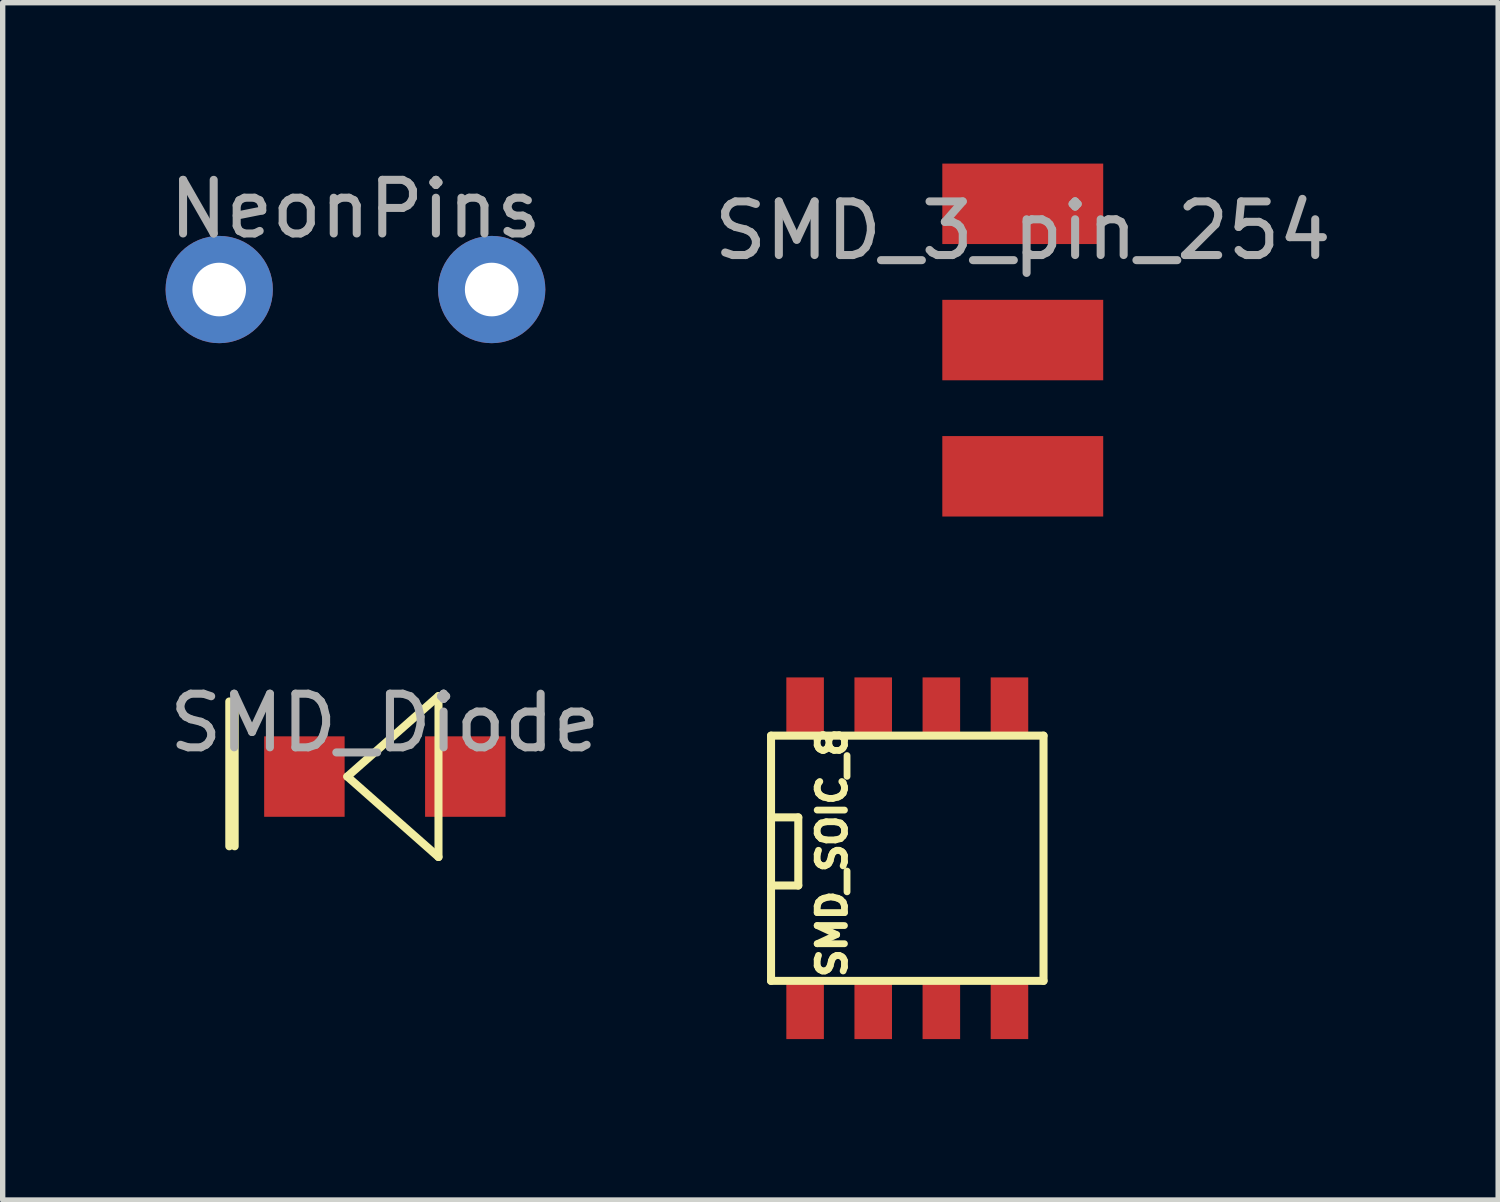
<source format=kicad_pcb>
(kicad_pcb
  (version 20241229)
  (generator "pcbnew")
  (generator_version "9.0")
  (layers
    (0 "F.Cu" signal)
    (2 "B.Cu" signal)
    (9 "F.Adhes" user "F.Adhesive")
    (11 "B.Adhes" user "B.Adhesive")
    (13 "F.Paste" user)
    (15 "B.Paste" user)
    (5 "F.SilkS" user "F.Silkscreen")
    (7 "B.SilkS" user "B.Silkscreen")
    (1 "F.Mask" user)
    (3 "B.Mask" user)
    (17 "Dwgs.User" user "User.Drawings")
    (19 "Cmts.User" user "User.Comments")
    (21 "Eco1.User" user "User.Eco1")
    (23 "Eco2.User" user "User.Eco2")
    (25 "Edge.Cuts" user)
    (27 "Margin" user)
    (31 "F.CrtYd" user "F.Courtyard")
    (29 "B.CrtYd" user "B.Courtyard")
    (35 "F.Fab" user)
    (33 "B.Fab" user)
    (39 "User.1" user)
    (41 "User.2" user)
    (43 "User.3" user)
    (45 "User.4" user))
  (footprint "NeonPins"
    (layer "F.Cu")
    (at 3.577 0.348)
    (property "Reference" "NeonPins" (at 0 0.5 0) (layer "F.Fab") (effects (font (size 1 1) (thickness 0.15))))
    (attr through_hole)
    (pad "1" thru_hole circle (at -2.54 2) (size 2 2) (drill 1) (layers "*.Cu" "*.Mask"))
    (pad "2" thru_hole circle (at 2.54 2) (size 2 2) (drill 1) (layers "*.Cu" "*.Mask")))
  (footprint "SMD_Diode"
    (layer "F.Cu")
    (at 4.125 9.928)
    (property "Reference" "SMD_Diode" (at 0 0.5 0) (layer "F.Fab") (effects (font (size 1 1) (thickness 0.15))))
    (attr through_hole)
    (fp_line (start -2.9 0.1) (end -2.9 2.8) (stroke (width 0.15) (type solid)) (layer "F.SilkS"))
    (fp_line (start -2.8 0.1) (end -2.8 2.8) (stroke (width 0.15) (type solid)) (layer "F.SilkS"))
    (fp_line (start -0.7 1.5) (end 1 0) (stroke (width 0.15) (type solid)) (layer "F.SilkS"))
    (fp_line (start 1 0) (end 1 3) (stroke (width 0.15) (type solid)) (layer "F.SilkS"))
    (fp_line (start 1 3) (end -0.7 1.5) (stroke (width 0.15) (type solid)) (layer "F.SilkS"))
    (pad "1" smd rect (at -1.5 1.5) (size 1.5 1.5) (layers "F.Cu" "F.Mask" "F.Paste"))
    (pad "2" smd rect (at 1.5 1.5) (size 1.5 1.5) (layers "F.Cu" "F.Mask" "F.Paste")))
  (footprint "SMD_3_pin_254"
    (layer "F.Cu")
    (at 16.018 0.75)
    (property "Reference" "SMD_3_pin_254" (at 0 0.5 0) (layer "F.Fab") (effects (font (size 1 1) (thickness 0.15))))
    (attr through_hole)
    (pad "1" smd rect (at 0 0) (size 3 1.5) (layers "F.Cu" "F.Mask" "F.Paste"))
    (pad "2" smd rect (at 0 2.54) (size 3 1.5) (layers "F.Cu" "F.Mask" "F.Paste"))
    (pad "3" smd rect (at 0 5.08) (size 3 1.5) (layers "F.Cu" "F.Mask" "F.Paste")))
  (footprint "SMD_SOIC_8"
    (layer "F.Cu")
    (at 13.865 12.951)
    (property "Reference" "SMD_SOIC_8" (at -1.4 -0.1 270) (layer "F.SilkS") (effects (font (size 0.508 0.508) (thickness 0.127))))
    (attr smd)
    (fp_line (start -2.54 -2.286) (end 2.54 -2.286) (stroke (width 0.15) (type solid)) (layer "F.SilkS"))
    (fp_line (start -2.54 -0.762) (end -2.032 -0.762) (stroke (width 0.15) (type solid)) (layer "F.SilkS"))
    (fp_line (start -2.54 2.286) (end -2.54 -2.286) (stroke (width 0.15) (type solid)) (layer "F.SilkS"))
    (fp_line (start -2.032 -0.762) (end -2.032 0.508) (stroke (width 0.15) (type solid)) (layer "F.SilkS"))
    (fp_line (start -2.032 0.508) (end -2.54 0.508) (stroke (width 0.15) (type solid)) (layer "F.SilkS"))
    (fp_line (start 2.54 -2.286) (end 2.54 2.286) (stroke (width 0.15) (type solid)) (layer "F.SilkS"))
    (fp_line (start 2.54 2.286) (end -2.54 2.286) (stroke (width 0.15) (type solid)) (layer "F.SilkS"))
    (pad "1" smd rect (at -1.905 2.8) (size 0.7 1.143) (layers "F.Cu" "F.Mask" "F.Paste"))
    (pad "2" smd rect (at -0.635 2.8) (size 0.7 1.143) (layers "F.Cu" "F.Mask" "F.Paste"))
    (pad "3" smd rect (at 0.635 2.8) (size 0.7 1.143) (layers "F.Cu" "F.Mask" "F.Paste"))
    (pad "4" smd rect (at 1.905 2.8) (size 0.7 1.143) (layers "F.Cu" "F.Mask" "F.Paste"))
    (pad "5" smd rect (at 1.905 -2.8) (size 0.7 1.143) (layers "F.Cu" "F.Mask" "F.Paste"))
    (pad "6" smd rect (at 0.635 -2.8) (size 0.7 1.143) (layers "F.Cu" "F.Mask" "F.Paste"))
    (pad "7" smd rect (at -0.635 -2.8) (size 0.7 1.143) (layers "F.Cu" "F.Mask" "F.Paste"))
    (pad "8" smd rect (at -1.905 -2.8) (size 0.7 1.143) (layers "F.Cu" "F.Mask" "F.Paste")))
  (gr_rect
    (start -3 -3)
    (end 24.881 19.323)
    (stroke (width 0.1) (type default))
    (fill no)
    (layer "Edge.Cuts")))
</source>
